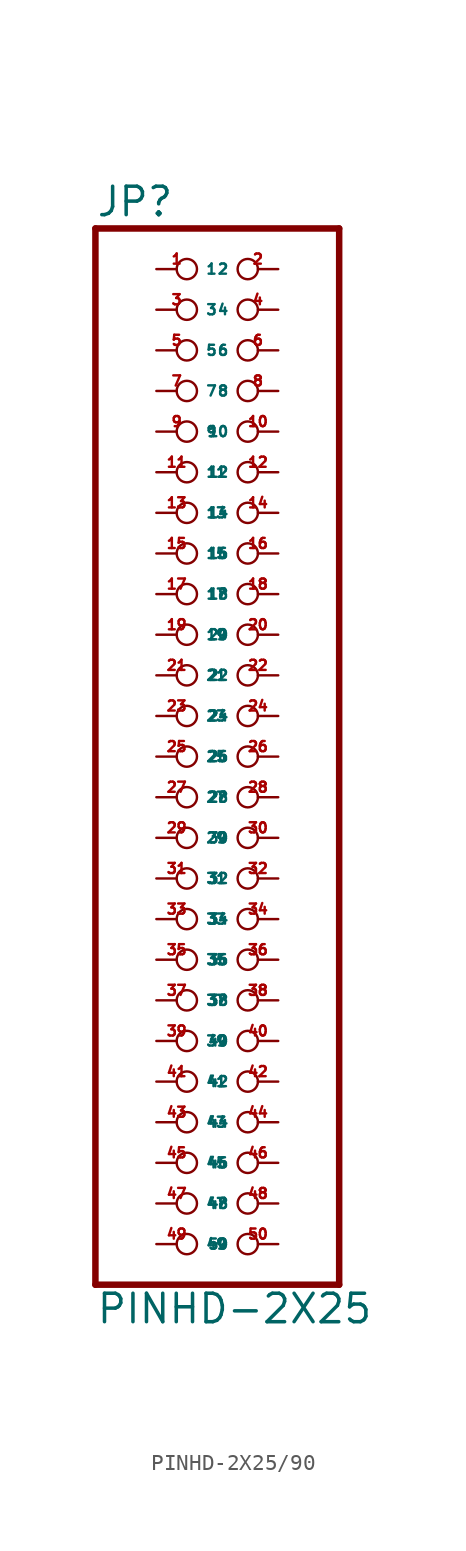
<source format=kicad_sym>
(kicad_symbol_lib
  (version 20220914)
  (generator Eagle2Kicad)
  (symbol "PINHD-2X25/90"
    (property "Reference" "JP"
      (at -6.35 33.655 0)
      (effects (font (size 1.778 1.778) (thickness 0.22)) (justify left bottom)))
    (property "Value" "PINHD-2X25"
      (at -6.35 -35.56 0)
      (effects (font (size 1.778 1.778) (thickness 0.22)) (justify left bottom)))
    (polyline
      (pts (xy -6.35 -33.02) (xy 8.89 -33.02))
      (stroke (width 0.406) (type default))
      (fill (type none)))
    (polyline
      (pts (xy 8.89 -33.02) (xy 8.89 33.02))
      (stroke (width 0.406) (type default))
      (fill (type none)))
    (polyline
      (pts (xy 8.89 33.02) (xy -6.35 33.02))
      (stroke (width 0.406) (type default))
      (fill (type none)))
    (polyline
      (pts (xy -6.35 33.02) (xy -6.35 -33.02))
      (stroke (width 0.406) (type default))
      (fill (type none)))
    (pin passive inverted
      (at -2.54 30.48 0)
      (length 2.54)
      (name "1" (effects (font (size 0.635 0.635) (thickness 0.08)) (justify left bottom)))
      (number "1" (effects (font (size 0.635 0.635) (thickness 0.08)) (justify left bottom))))
    (pin passive inverted
      (at 5.08 30.48 180)
      (length 2.54)
      (name "2" (effects (font (size 0.635 0.635) (thickness 0.08)) (justify left bottom)))
      (number "2" (effects (font (size 0.635 0.635) (thickness 0.08)) (justify left bottom))))
    (pin passive inverted
      (at -2.54 27.94 0)
      (length 2.54)
      (name "3" (effects (font (size 0.635 0.635) (thickness 0.08)) (justify left bottom)))
      (number "3" (effects (font (size 0.635 0.635) (thickness 0.08)) (justify left bottom))))
    (pin passive inverted
      (at 5.08 27.94 180)
      (length 2.54)
      (name "4" (effects (font (size 0.635 0.635) (thickness 0.08)) (justify left bottom)))
      (number "4" (effects (font (size 0.635 0.635) (thickness 0.08)) (justify left bottom))))
    (pin passive inverted
      (at -2.54 25.4 0)
      (length 2.54)
      (name "5" (effects (font (size 0.635 0.635) (thickness 0.08)) (justify left bottom)))
      (number "5" (effects (font (size 0.635 0.635) (thickness 0.08)) (justify left bottom))))
    (pin passive inverted
      (at 5.08 25.4 180)
      (length 2.54)
      (name "6" (effects (font (size 0.635 0.635) (thickness 0.08)) (justify left bottom)))
      (number "6" (effects (font (size 0.635 0.635) (thickness 0.08)) (justify left bottom))))
    (pin passive inverted
      (at -2.54 22.86 0)
      (length 2.54)
      (name "7" (effects (font (size 0.635 0.635) (thickness 0.08)) (justify left bottom)))
      (number "7" (effects (font (size 0.635 0.635) (thickness 0.08)) (justify left bottom))))
    (pin passive inverted
      (at 5.08 22.86 180)
      (length 2.54)
      (name "8" (effects (font (size 0.635 0.635) (thickness 0.08)) (justify left bottom)))
      (number "8" (effects (font (size 0.635 0.635) (thickness 0.08)) (justify left bottom))))
    (pin passive inverted
      (at -2.54 20.32 0)
      (length 2.54)
      (name "9" (effects (font (size 0.635 0.635) (thickness 0.08)) (justify left bottom)))
      (number "9" (effects (font (size 0.635 0.635) (thickness 0.08)) (justify left bottom))))
    (pin passive inverted
      (at 5.08 20.32 180)
      (length 2.54)
      (name "10" (effects (font (size 0.635 0.635) (thickness 0.08)) (justify left bottom)))
      (number "10" (effects (font (size 0.635 0.635) (thickness 0.08)) (justify left bottom))))
    (pin passive inverted
      (at -2.54 17.78 0)
      (length 2.54)
      (name "11" (effects (font (size 0.635 0.635) (thickness 0.08)) (justify left bottom)))
      (number "11" (effects (font (size 0.635 0.635) (thickness 0.08)) (justify left bottom))))
    (pin passive inverted
      (at 5.08 17.78 180)
      (length 2.54)
      (name "12" (effects (font (size 0.635 0.635) (thickness 0.08)) (justify left bottom)))
      (number "12" (effects (font (size 0.635 0.635) (thickness 0.08)) (justify left bottom))))
    (pin passive inverted
      (at -2.54 15.24 0)
      (length 2.54)
      (name "13" (effects (font (size 0.635 0.635) (thickness 0.08)) (justify left bottom)))
      (number "13" (effects (font (size 0.635 0.635) (thickness 0.08)) (justify left bottom))))
    (pin passive inverted
      (at 5.08 15.24 180)
      (length 2.54)
      (name "14" (effects (font (size 0.635 0.635) (thickness 0.08)) (justify left bottom)))
      (number "14" (effects (font (size 0.635 0.635) (thickness 0.08)) (justify left bottom))))
    (pin passive inverted
      (at -2.54 12.7 0)
      (length 2.54)
      (name "15" (effects (font (size 0.635 0.635) (thickness 0.08)) (justify left bottom)))
      (number "15" (effects (font (size 0.635 0.635) (thickness 0.08)) (justify left bottom))))
    (pin passive inverted
      (at 5.08 12.7 180)
      (length 2.54)
      (name "16" (effects (font (size 0.635 0.635) (thickness 0.08)) (justify left bottom)))
      (number "16" (effects (font (size 0.635 0.635) (thickness 0.08)) (justify left bottom))))
    (pin passive inverted
      (at -2.54 10.16 0)
      (length 2.54)
      (name "17" (effects (font (size 0.635 0.635) (thickness 0.08)) (justify left bottom)))
      (number "17" (effects (font (size 0.635 0.635) (thickness 0.08)) (justify left bottom))))
    (pin passive inverted
      (at 5.08 10.16 180)
      (length 2.54)
      (name "18" (effects (font (size 0.635 0.635) (thickness 0.08)) (justify left bottom)))
      (number "18" (effects (font (size 0.635 0.635) (thickness 0.08)) (justify left bottom))))
    (pin passive inverted
      (at -2.54 7.62 0)
      (length 2.54)
      (name "19" (effects (font (size 0.635 0.635) (thickness 0.08)) (justify left bottom)))
      (number "19" (effects (font (size 0.635 0.635) (thickness 0.08)) (justify left bottom))))
    (pin passive inverted
      (at 5.08 7.62 180)
      (length 2.54)
      (name "20" (effects (font (size 0.635 0.635) (thickness 0.08)) (justify left bottom)))
      (number "20" (effects (font (size 0.635 0.635) (thickness 0.08)) (justify left bottom))))
    (pin passive inverted
      (at -2.54 5.08 0)
      (length 2.54)
      (name "21" (effects (font (size 0.635 0.635) (thickness 0.08)) (justify left bottom)))
      (number "21" (effects (font (size 0.635 0.635) (thickness 0.08)) (justify left bottom))))
    (pin passive inverted
      (at 5.08 5.08 180)
      (length 2.54)
      (name "22" (effects (font (size 0.635 0.635) (thickness 0.08)) (justify left bottom)))
      (number "22" (effects (font (size 0.635 0.635) (thickness 0.08)) (justify left bottom))))
    (pin passive inverted
      (at -2.54 2.54 0)
      (length 2.54)
      (name "23" (effects (font (size 0.635 0.635) (thickness 0.08)) (justify left bottom)))
      (number "23" (effects (font (size 0.635 0.635) (thickness 0.08)) (justify left bottom))))
    (pin passive inverted
      (at 5.08 2.54 180)
      (length 2.54)
      (name "24" (effects (font (size 0.635 0.635) (thickness 0.08)) (justify left bottom)))
      (number "24" (effects (font (size 0.635 0.635) (thickness 0.08)) (justify left bottom))))
    (pin passive inverted
      (at -2.54 0 0)
      (length 2.54)
      (name "25" (effects (font (size 0.635 0.635) (thickness 0.08)) (justify left bottom)))
      (number "25" (effects (font (size 0.635 0.635) (thickness 0.08)) (justify left bottom))))
    (pin passive inverted
      (at 5.08 0 180)
      (length 2.54)
      (name "26" (effects (font (size 0.635 0.635) (thickness 0.08)) (justify left bottom)))
      (number "26" (effects (font (size 0.635 0.635) (thickness 0.08)) (justify left bottom))))
    (pin passive inverted
      (at -2.54 -2.54 0)
      (length 2.54)
      (name "27" (effects (font (size 0.635 0.635) (thickness 0.08)) (justify left bottom)))
      (number "27" (effects (font (size 0.635 0.635) (thickness 0.08)) (justify left bottom))))
    (pin passive inverted
      (at 5.08 -2.54 180)
      (length 2.54)
      (name "28" (effects (font (size 0.635 0.635) (thickness 0.08)) (justify left bottom)))
      (number "28" (effects (font (size 0.635 0.635) (thickness 0.08)) (justify left bottom))))
    (pin passive inverted
      (at -2.54 -5.08 0)
      (length 2.54)
      (name "29" (effects (font (size 0.635 0.635) (thickness 0.08)) (justify left bottom)))
      (number "29" (effects (font (size 0.635 0.635) (thickness 0.08)) (justify left bottom))))
    (pin passive inverted
      (at 5.08 -5.08 180)
      (length 2.54)
      (name "30" (effects (font (size 0.635 0.635) (thickness 0.08)) (justify left bottom)))
      (number "30" (effects (font (size 0.635 0.635) (thickness 0.08)) (justify left bottom))))
    (pin passive inverted
      (at -2.54 -7.62 0)
      (length 2.54)
      (name "31" (effects (font (size 0.635 0.635) (thickness 0.08)) (justify left bottom)))
      (number "31" (effects (font (size 0.635 0.635) (thickness 0.08)) (justify left bottom))))
    (pin passive inverted
      (at 5.08 -7.62 180)
      (length 2.54)
      (name "32" (effects (font (size 0.635 0.635) (thickness 0.08)) (justify left bottom)))
      (number "32" (effects (font (size 0.635 0.635) (thickness 0.08)) (justify left bottom))))
    (pin passive inverted
      (at -2.54 -10.16 0)
      (length 2.54)
      (name "33" (effects (font (size 0.635 0.635) (thickness 0.08)) (justify left bottom)))
      (number "33" (effects (font (size 0.635 0.635) (thickness 0.08)) (justify left bottom))))
    (pin passive inverted
      (at 5.08 -10.16 180)
      (length 2.54)
      (name "34" (effects (font (size 0.635 0.635) (thickness 0.08)) (justify left bottom)))
      (number "34" (effects (font (size 0.635 0.635) (thickness 0.08)) (justify left bottom))))
    (pin passive inverted
      (at -2.54 -12.7 0)
      (length 2.54)
      (name "35" (effects (font (size 0.635 0.635) (thickness 0.08)) (justify left bottom)))
      (number "35" (effects (font (size 0.635 0.635) (thickness 0.08)) (justify left bottom))))
    (pin passive inverted
      (at 5.08 -12.7 180)
      (length 2.54)
      (name "36" (effects (font (size 0.635 0.635) (thickness 0.08)) (justify left bottom)))
      (number "36" (effects (font (size 0.635 0.635) (thickness 0.08)) (justify left bottom))))
    (pin passive inverted
      (at -2.54 -15.24 0)
      (length 2.54)
      (name "37" (effects (font (size 0.635 0.635) (thickness 0.08)) (justify left bottom)))
      (number "37" (effects (font (size 0.635 0.635) (thickness 0.08)) (justify left bottom))))
    (pin passive inverted
      (at 5.08 -15.24 180)
      (length 2.54)
      (name "38" (effects (font (size 0.635 0.635) (thickness 0.08)) (justify left bottom)))
      (number "38" (effects (font (size 0.635 0.635) (thickness 0.08)) (justify left bottom))))
    (pin passive inverted
      (at -2.54 -17.78 0)
      (length 2.54)
      (name "39" (effects (font (size 0.635 0.635) (thickness 0.08)) (justify left bottom)))
      (number "39" (effects (font (size 0.635 0.635) (thickness 0.08)) (justify left bottom))))
    (pin passive inverted
      (at 5.08 -17.78 180)
      (length 2.54)
      (name "40" (effects (font (size 0.635 0.635) (thickness 0.08)) (justify left bottom)))
      (number "40" (effects (font (size 0.635 0.635) (thickness 0.08)) (justify left bottom))))
    (pin passive inverted
      (at -2.54 -20.32 0)
      (length 2.54)
      (name "41" (effects (font (size 0.635 0.635) (thickness 0.08)) (justify left bottom)))
      (number "41" (effects (font (size 0.635 0.635) (thickness 0.08)) (justify left bottom))))
    (pin passive inverted
      (at 5.08 -20.32 180)
      (length 2.54)
      (name "42" (effects (font (size 0.635 0.635) (thickness 0.08)) (justify left bottom)))
      (number "42" (effects (font (size 0.635 0.635) (thickness 0.08)) (justify left bottom))))
    (pin passive inverted
      (at -2.54 -22.86 0)
      (length 2.54)
      (name "43" (effects (font (size 0.635 0.635) (thickness 0.08)) (justify left bottom)))
      (number "43" (effects (font (size 0.635 0.635) (thickness 0.08)) (justify left bottom))))
    (pin passive inverted
      (at 5.08 -22.86 180)
      (length 2.54)
      (name "44" (effects (font (size 0.635 0.635) (thickness 0.08)) (justify left bottom)))
      (number "44" (effects (font (size 0.635 0.635) (thickness 0.08)) (justify left bottom))))
    (pin passive inverted
      (at -2.54 -25.4 0)
      (length 2.54)
      (name "45" (effects (font (size 0.635 0.635) (thickness 0.08)) (justify left bottom)))
      (number "45" (effects (font (size 0.635 0.635) (thickness 0.08)) (justify left bottom))))
    (pin passive inverted
      (at 5.08 -25.4 180)
      (length 2.54)
      (name "46" (effects (font (size 0.635 0.635) (thickness 0.08)) (justify left bottom)))
      (number "46" (effects (font (size 0.635 0.635) (thickness 0.08)) (justify left bottom))))
    (pin passive inverted
      (at -2.54 -27.94 0)
      (length 2.54)
      (name "47" (effects (font (size 0.635 0.635) (thickness 0.08)) (justify left bottom)))
      (number "47" (effects (font (size 0.635 0.635) (thickness 0.08)) (justify left bottom))))
    (pin passive inverted
      (at 5.08 -27.94 180)
      (length 2.54)
      (name "48" (effects (font (size 0.635 0.635) (thickness 0.08)) (justify left bottom)))
      (number "48" (effects (font (size 0.635 0.635) (thickness 0.08)) (justify left bottom))))
    (pin passive inverted
      (at -2.54 -30.48 0)
      (length 2.54)
      (name "49" (effects (font (size 0.635 0.635) (thickness 0.08)) (justify left bottom)))
      (number "49" (effects (font (size 0.635 0.635) (thickness 0.08)) (justify left bottom))))
    (pin passive inverted
      (at 5.08 -30.48 180)
      (length 2.54)
      (name "50" (effects (font (size 0.635 0.635) (thickness 0.08)) (justify left bottom)))
      (number "50" (effects (font (size 0.635 0.635) (thickness 0.08)) (justify left bottom))))))
</source>
